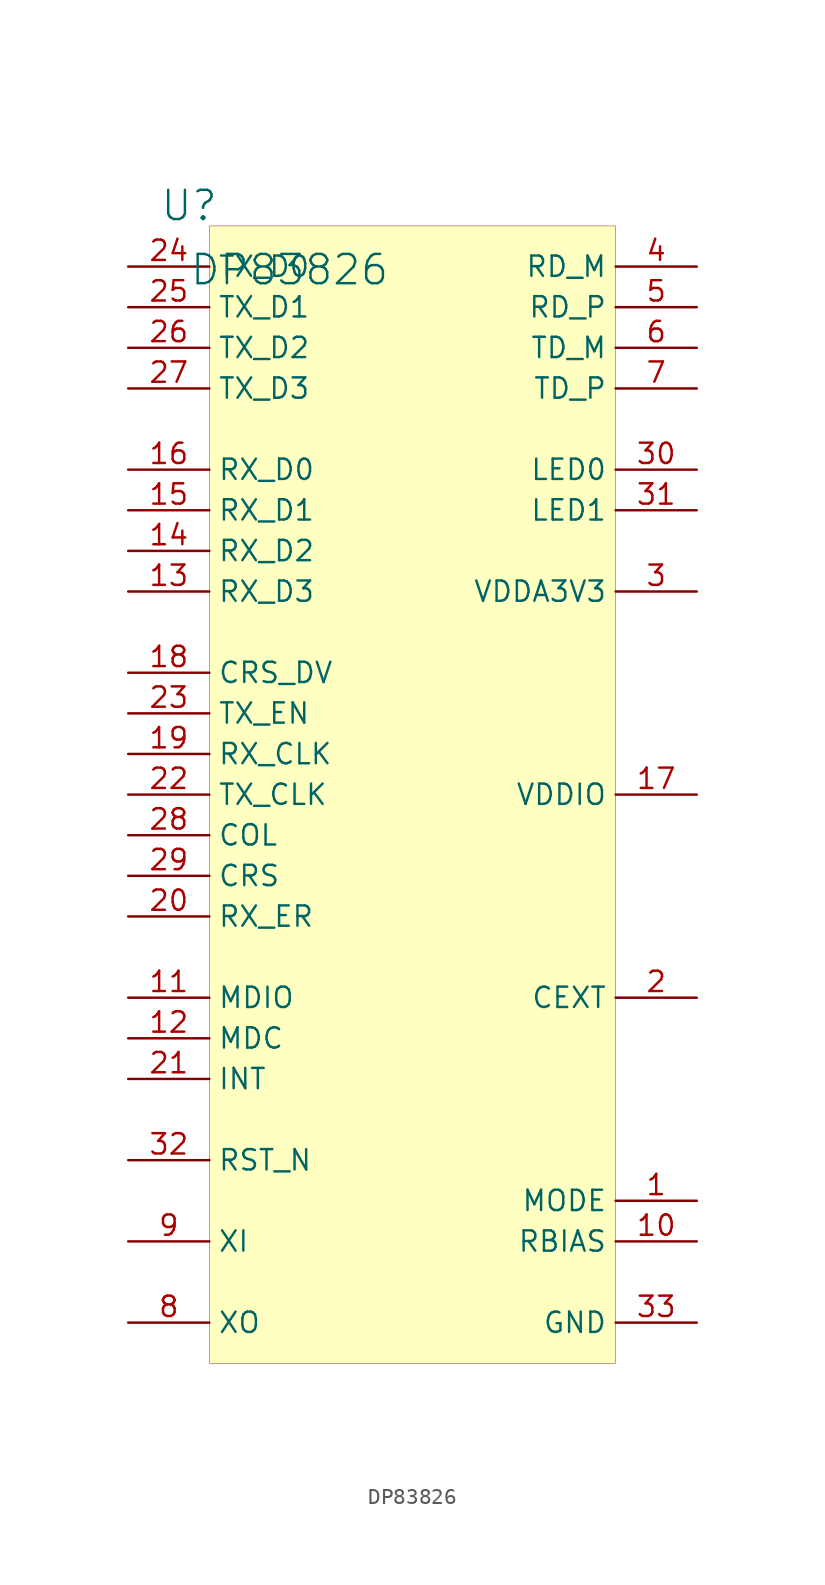
<source format=kicad_sym>
(kicad_symbol_lib
  (version 20231120)
  (generator "kicad_symbol_editor")
  (generator_version "8.0")
  (symbol "DP83826"
    (property "Reference" "U"
      (at -1.27 1.27 0)
      (effects (font (size 1.829 1.829))))
    (property "Value" "DP83826"
      (at -1.27 -3.81 0)
      (effects (font (size 1.829 1.829)) (justify left bottom)))
    (symbol "DP83826_1_0"
      (rectangle (start 25.4 0) (end 0 -71.12) (stroke (width 0.025) (type solid) (color 128 0 0 1)) (fill (type background)))
      (pin passive line (at 30.48 -60.96 180) (length 5.08) (name "MODE" (effects (font (size 1.27 1.27)))) (number "1" (effects (font (size 1.27 1.27)))))
      (pin passive line (at 30.48 -63.5 180) (length 5.08) (name "RBIAS" (effects (font (size 1.27 1.27)))) (number "10" (effects (font (size 1.27 1.27)))))
      (pin passive line (at -5.08 -48.26 0) (length 5.08) (name "MDIO" (effects (font (size 1.27 1.27)))) (number "11" (effects (font (size 1.27 1.27)))))
      (pin passive line (at -5.08 -50.8 0) (length 5.08) (name "MDC" (effects (font (size 1.27 1.27)))) (number "12" (effects (font (size 1.27 1.27)))))
      (pin passive line (at -5.08 -22.86 0) (length 5.08) (name "RX_D3" (effects (font (size 1.27 1.27)))) (number "13" (effects (font (size 1.27 1.27)))))
      (pin passive line (at -5.08 -20.32 0) (length 5.08) (name "RX_D2" (effects (font (size 1.27 1.27)))) (number "14" (effects (font (size 1.27 1.27)))))
      (pin passive line (at -5.08 -17.78 0) (length 5.08) (name "RX_D1" (effects (font (size 1.27 1.27)))) (number "15" (effects (font (size 1.27 1.27)))))
      (pin passive line (at -5.08 -15.24 0) (length 5.08) (name "RX_D0" (effects (font (size 1.27 1.27)))) (number "16" (effects (font (size 1.27 1.27)))))
      (pin passive line (at 30.48 -35.56 180) (length 5.08) (name "VDDIO" (effects (font (size 1.27 1.27)))) (number "17" (effects (font (size 1.27 1.27)))))
      (pin passive line (at -5.08 -27.94 0) (length 5.08) (name "CRS_DV" (effects (font (size 1.27 1.27)))) (number "18" (effects (font (size 1.27 1.27)))))
      (pin passive line (at -5.08 -33.02 0) (length 5.08) (name "RX_CLK" (effects (font (size 1.27 1.27)))) (number "19" (effects (font (size 1.27 1.27)))))
      (pin passive line (at 30.48 -48.26 180) (length 5.08) (name "CEXT" (effects (font (size 1.27 1.27)))) (number "2" (effects (font (size 1.27 1.27)))))
      (pin passive line (at -5.08 -43.18 0) (length 5.08) (name "RX_ER" (effects (font (size 1.27 1.27)))) (number "20" (effects (font (size 1.27 1.27)))))
      (pin passive line (at -5.08 -53.34 0) (length 5.08) (name "INT" (effects (font (size 1.27 1.27)))) (number "21" (effects (font (size 1.27 1.27)))))
      (pin passive line (at -5.08 -35.56 0) (length 5.08) (name "TX_CLK" (effects (font (size 1.27 1.27)))) (number "22" (effects (font (size 1.27 1.27)))))
      (pin passive line (at -5.08 -30.48 0) (length 5.08) (name "TX_EN" (effects (font (size 1.27 1.27)))) (number "23" (effects (font (size 1.27 1.27)))))
      (pin passive line (at -5.08 -2.54 0) (length 5.08) (name "TX_D0" (effects (font (size 1.27 1.27)))) (number "24" (effects (font (size 1.27 1.27)))))
      (pin passive line (at -5.08 -5.08 0) (length 5.08) (name "TX_D1" (effects (font (size 1.27 1.27)))) (number "25" (effects (font (size 1.27 1.27)))))
      (pin passive line (at -5.08 -7.62 0) (length 5.08) (name "TX_D2" (effects (font (size 1.27 1.27)))) (number "26" (effects (font (size 1.27 1.27)))))
      (pin passive line (at -5.08 -10.16 0) (length 5.08) (name "TX_D3" (effects (font (size 1.27 1.27)))) (number "27" (effects (font (size 1.27 1.27)))))
      (pin passive line (at -5.08 -38.1 0) (length 5.08) (name "COL" (effects (font (size 1.27 1.27)))) (number "28" (effects (font (size 1.27 1.27)))))
      (pin passive line (at -5.08 -40.64 0) (length 5.08) (name "CRS" (effects (font (size 1.27 1.27)))) (number "29" (effects (font (size 1.27 1.27)))))
      (pin passive line (at 30.48 -22.86 180) (length 5.08) (name "VDDA3V3" (effects (font (size 1.27 1.27)))) (number "3" (effects (font (size 1.27 1.27)))))
      (pin passive line (at 30.48 -15.24 180) (length 5.08) (name "LED0" (effects (font (size 1.27 1.27)))) (number "30" (effects (font (size 1.27 1.27)))))
      (pin passive line (at 30.48 -17.78 180) (length 5.08) (name "LED1" (effects (font (size 1.27 1.27)))) (number "31" (effects (font (size 1.27 1.27)))))
      (pin passive line (at -5.08 -58.42 0) (length 5.08) (name "RST_N" (effects (font (size 1.27 1.27)))) (number "32" (effects (font (size 1.27 1.27)))))
      (pin passive line (at 30.48 -68.58 180) (length 5.08) (name "GND" (effects (font (size 1.27 1.27)))) (number "33" (effects (font (size 1.27 1.27)))))
      (pin passive line (at 30.48 -2.54 180) (length 5.08) (name "RD_M" (effects (font (size 1.27 1.27)))) (number "4" (effects (font (size 1.27 1.27)))))
      (pin passive line (at 30.48 -5.08 180) (length 5.08) (name "RD_P" (effects (font (size 1.27 1.27)))) (number "5" (effects (font (size 1.27 1.27)))))
      (pin passive line (at 30.48 -7.62 180) (length 5.08) (name "TD_M" (effects (font (size 1.27 1.27)))) (number "6" (effects (font (size 1.27 1.27)))))
      (pin passive line (at 30.48 -10.16 180) (length 5.08) (name "TD_P" (effects (font (size 1.27 1.27)))) (number "7" (effects (font (size 1.27 1.27)))))
      (pin passive line (at -5.08 -68.58 0) (length 5.08) (name "XO" (effects (font (size 1.27 1.27)))) (number "8" (effects (font (size 1.27 1.27)))))
      (pin passive line (at -5.08 -63.5 0) (length 5.08) (name "XI" (effects (font (size 1.27 1.27)))) (number "9" (effects (font (size 1.27 1.27))))))))
</source>
